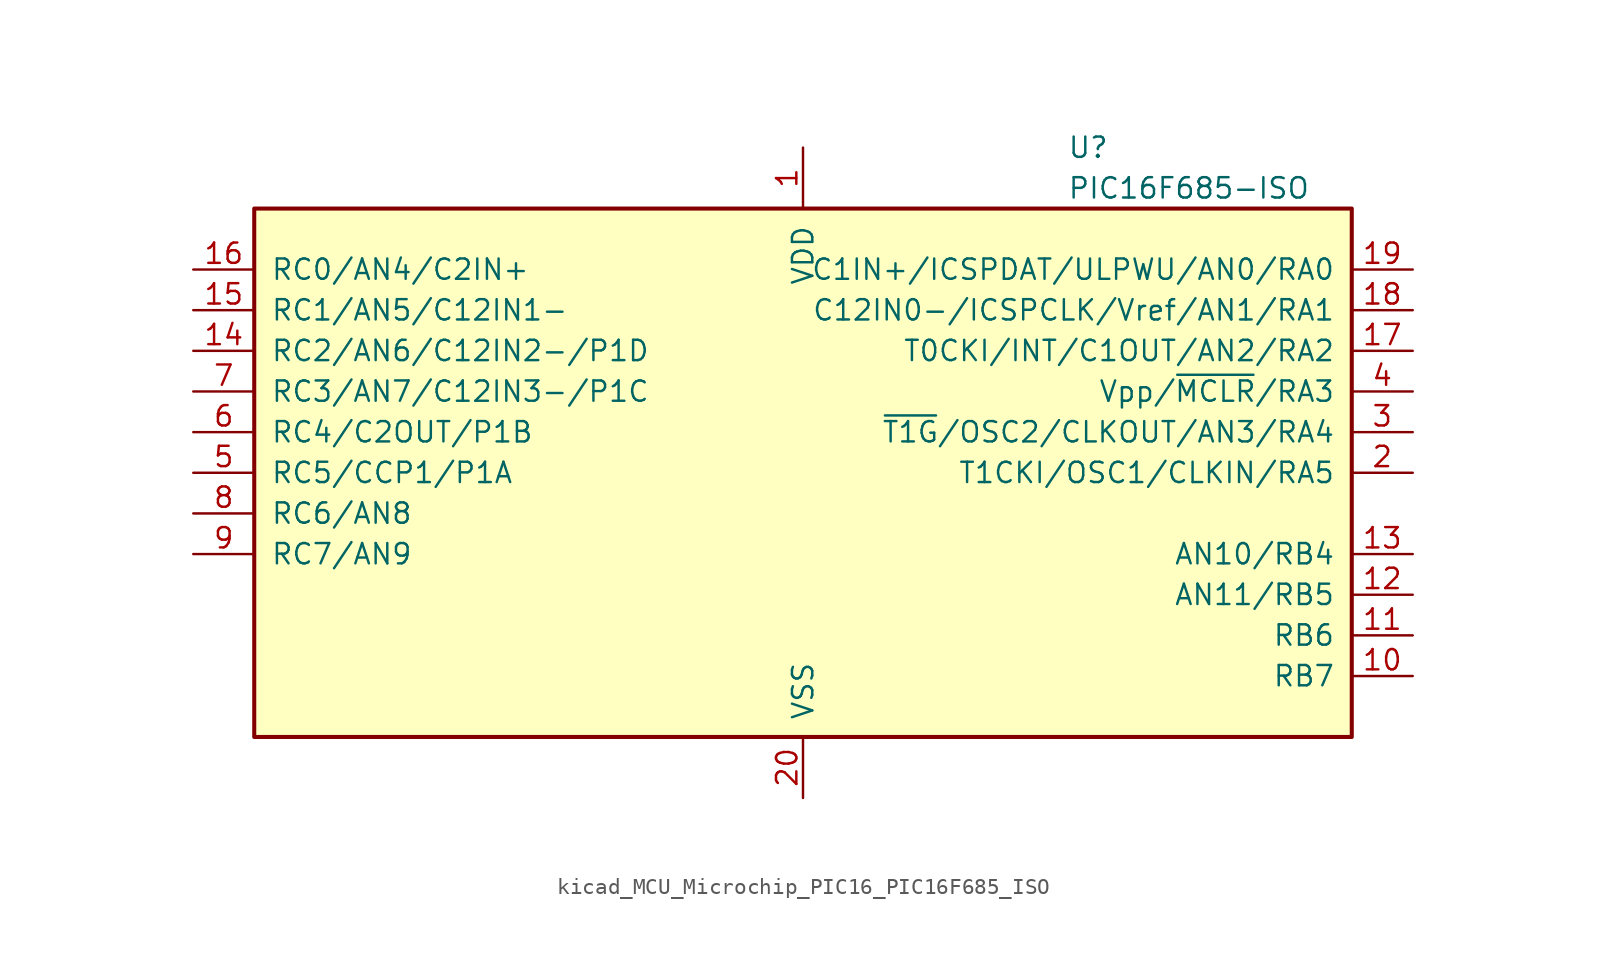
<source format=kicad_sym>
(kicad_symbol_lib
  (version 20220914)
  (generator kicad_symbol_editor)
  (symbol "kicad_MCU_Microchip_PIC16_PIC16F685_ISO"
    (pin_names
      (offset 1.016))
    (property "Reference" "U"
      (at 16.51 20.32 0)
      (effects (font (size 1.27 1.27)) (justify left)))
    (property "Value" "PIC16F685-ISO"
      (at 16.51 17.78 0)
      (effects (font (size 1.27 1.27)) (justify left)))
    (symbol "kicad_MCU_Microchip_PIC16_PIC16F685_ISO_0_1"
      (rectangle (start -34.29 16.51) (end 34.29 -16.51) (stroke (width 0.254) (type default)) (fill (type background))))
    (symbol "kicad_MCU_Microchip_PIC16_PIC16F685_ISO_1_1"
      (pin power_in line (at 0 20.32 270) (length 3.81) (name "VDD" (effects (font (size 1.27 1.27)))) (number "1" (effects (font (size 1.27 1.27)))))
      (pin bidirectional line (at 38.1 -12.7 180) (length 3.81) (name "RB7" (effects (font (size 1.27 1.27)))) (number "10" (effects (font (size 1.27 1.27)))))
      (pin bidirectional line (at 38.1 -10.16 180) (length 3.81) (name "RB6" (effects (font (size 1.27 1.27)))) (number "11" (effects (font (size 1.27 1.27)))))
      (pin bidirectional line (at 38.1 -7.62 180) (length 3.81) (name "AN11/RB5" (effects (font (size 1.27 1.27)))) (number "12" (effects (font (size 1.27 1.27)))))
      (pin bidirectional line (at 38.1 -5.08 180) (length 3.81) (name "AN10/RB4" (effects (font (size 1.27 1.27)))) (number "13" (effects (font (size 1.27 1.27)))))
      (pin bidirectional line (at -38.1 7.62 0) (length 3.81) (name "RC2/AN6/C12IN2-/P1D" (effects (font (size 1.27 1.27)))) (number "14" (effects (font (size 1.27 1.27)))))
      (pin bidirectional line (at -38.1 10.16 0) (length 3.81) (name "RC1/AN5/C12IN1-" (effects (font (size 1.27 1.27)))) (number "15" (effects (font (size 1.27 1.27)))))
      (pin bidirectional line (at -38.1 12.7 0) (length 3.81) (name "RC0/AN4/C2IN+" (effects (font (size 1.27 1.27)))) (number "16" (effects (font (size 1.27 1.27)))))
      (pin bidirectional line (at 38.1 7.62 180) (length 3.81) (name "T0CKI/INT/C1OUT/AN2/RA2" (effects (font (size 1.27 1.27)))) (number "17" (effects (font (size 1.27 1.27)))))
      (pin bidirectional line (at 38.1 10.16 180) (length 3.81) (name "C12IN0-/ICSPCLK/Vref/AN1/RA1" (effects (font (size 1.27 1.27)))) (number "18" (effects (font (size 1.27 1.27)))))
      (pin bidirectional line (at 38.1 12.7 180) (length 3.81) (name "C1IN+/ICSPDAT/ULPWU/AN0/RA0" (effects (font (size 1.27 1.27)))) (number "19" (effects (font (size 1.27 1.27)))))
      (pin bidirectional line (at 38.1 0 180) (length 3.81) (name "T1CKI/OSC1/CLKIN/RA5" (effects (font (size 1.27 1.27)))) (number "2" (effects (font (size 1.27 1.27)))))
      (pin power_in line (at 0 -20.32 90) (length 3.81) (name "VSS" (effects (font (size 1.27 1.27)))) (number "20" (effects (font (size 1.27 1.27)))))
      (pin bidirectional line (at 38.1 2.54 180) (length 3.81) (name "~{T1G}/OSC2/CLKOUT/AN3/RA4" (effects (font (size 1.27 1.27)))) (number "3" (effects (font (size 1.27 1.27)))))
      (pin input line (at 38.1 5.08 180) (length 3.81) (name "Vpp/~{MCLR}/RA3" (effects (font (size 1.27 1.27)))) (number "4" (effects (font (size 1.27 1.27)))))
      (pin bidirectional line (at -38.1 0 0) (length 3.81) (name "RC5/CCP1/P1A" (effects (font (size 1.27 1.27)))) (number "5" (effects (font (size 1.27 1.27)))))
      (pin bidirectional line (at -38.1 2.54 0) (length 3.81) (name "RC4/C2OUT/P1B" (effects (font (size 1.27 1.27)))) (number "6" (effects (font (size 1.27 1.27)))))
      (pin bidirectional line (at -38.1 5.08 0) (length 3.81) (name "RC3/AN7/C12IN3-/P1C" (effects (font (size 1.27 1.27)))) (number "7" (effects (font (size 1.27 1.27)))))
      (pin bidirectional line (at -38.1 -2.54 0) (length 3.81) (name "RC6/AN8" (effects (font (size 1.27 1.27)))) (number "8" (effects (font (size 1.27 1.27)))))
      (pin bidirectional line (at -38.1 -5.08 0) (length 3.81) (name "RC7/AN9" (effects (font (size 1.27 1.27)))) (number "9" (effects (font (size 1.27 1.27))))))))
</source>
